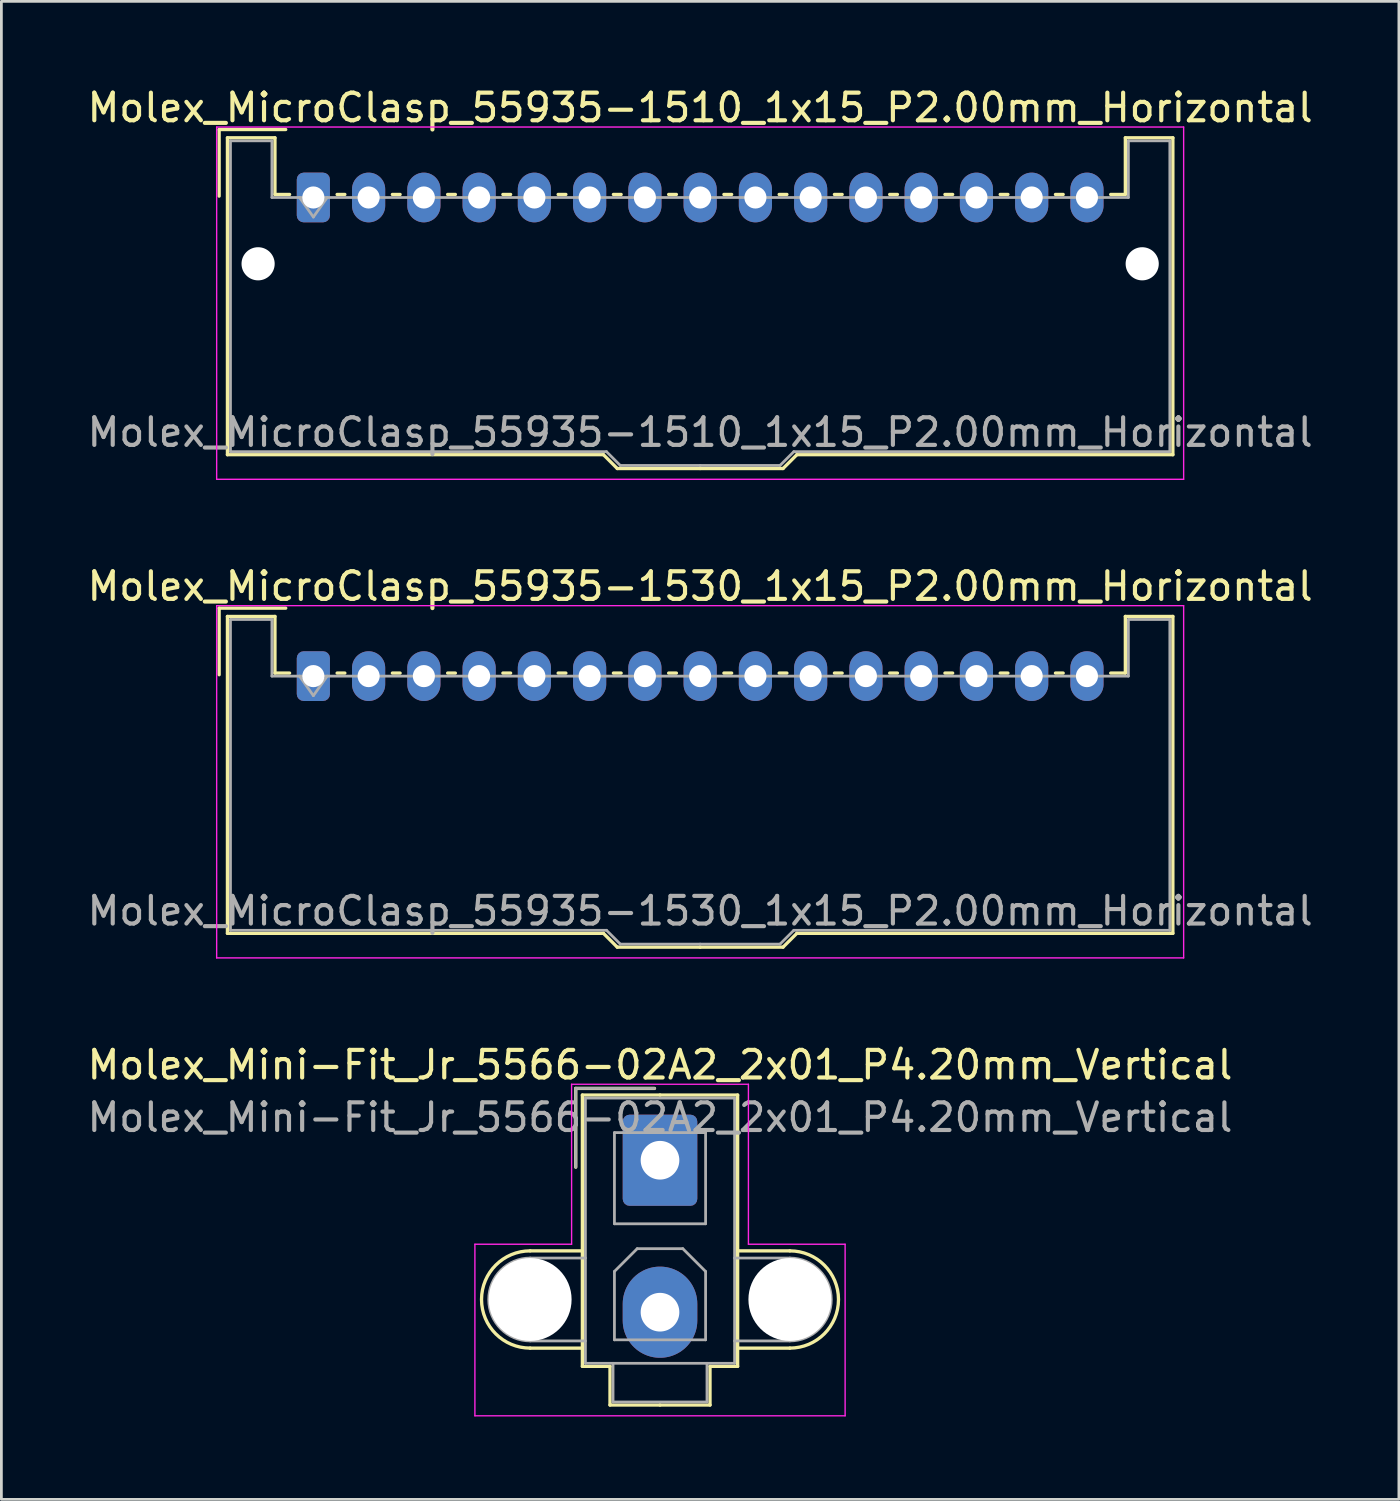
<source format=kicad_pcb>
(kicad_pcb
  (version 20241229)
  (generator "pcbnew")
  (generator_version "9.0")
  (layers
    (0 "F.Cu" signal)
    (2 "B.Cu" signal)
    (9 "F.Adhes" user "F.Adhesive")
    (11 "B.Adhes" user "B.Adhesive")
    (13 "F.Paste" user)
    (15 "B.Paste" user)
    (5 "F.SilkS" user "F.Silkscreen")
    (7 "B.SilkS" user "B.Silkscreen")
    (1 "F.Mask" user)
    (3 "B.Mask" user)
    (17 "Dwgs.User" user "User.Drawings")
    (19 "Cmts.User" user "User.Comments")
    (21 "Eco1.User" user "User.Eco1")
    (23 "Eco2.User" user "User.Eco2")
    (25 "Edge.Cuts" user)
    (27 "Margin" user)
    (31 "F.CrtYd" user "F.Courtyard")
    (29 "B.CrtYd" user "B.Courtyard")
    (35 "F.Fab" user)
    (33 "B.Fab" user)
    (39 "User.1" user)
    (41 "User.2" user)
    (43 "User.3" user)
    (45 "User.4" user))
  (footprint "Molex_MicroClasp_55935-1530_1x15_P2.00mm_Horizontal"
    (layer "F.Cu")
    (at 8.292 21.422)
    (property "Reference" "Molex_MicroClasp_55935-1530_1x15_P2.00mm_Horizontal" (at 14 -3.25 0) (layer "F.SilkS") (effects (font (size 1 1) (thickness 0.15))))
    (attr through_hole)
    (fp_line (start -3.41 -2.46) (end -1 -2.46) (stroke (width 0.12) (type solid)) (layer "F.SilkS"))
    (fp_line (start -3.41 -0.05) (end -3.41 -2.46) (stroke (width 0.12) (type solid)) (layer "F.SilkS"))
    (fp_line (start -3.11 -2.16) (end -1.39 -2.16) (stroke (width 0.12) (type solid)) (layer "F.SilkS"))
    (fp_line (start -3.11 9.31) (end -3.11 -2.16) (stroke (width 0.12) (type solid)) (layer "F.SilkS"))
    (fp_line (start -1.39 -2.16) (end -1.39 -0.11) (stroke (width 0.12) (type solid)) (layer "F.SilkS"))
    (fp_line (start -1.39 -0.11) (end -0.86 -0.11) (stroke (width 0.12) (type solid)) (layer "F.SilkS"))
    (fp_line (start 0.86 -0.11) (end 1.14 -0.11) (stroke (width 0.12) (type solid)) (layer "F.SilkS"))
    (fp_line (start 2.86 -0.11) (end 3.14 -0.11) (stroke (width 0.12) (type solid)) (layer "F.SilkS"))
    (fp_line (start 4.86 -0.11) (end 5.14 -0.11) (stroke (width 0.12) (type solid)) (layer "F.SilkS"))
    (fp_line (start 6.86 -0.11) (end 7.14 -0.11) (stroke (width 0.12) (type solid)) (layer "F.SilkS"))
    (fp_line (start 8.86 -0.11) (end 9.14 -0.11) (stroke (width 0.12) (type solid)) (layer "F.SilkS"))
    (fp_line (start 10.5 9.31) (end -3.11 9.31) (stroke (width 0.12) (type solid)) (layer "F.SilkS"))
    (fp_line (start 10.86 -0.11) (end 11.14 -0.11) (stroke (width 0.12) (type solid)) (layer "F.SilkS"))
    (fp_line (start 11 9.81) (end 10.5 9.31) (stroke (width 0.12) (type solid)) (layer "F.SilkS"))
    (fp_line (start 12.86 -0.11) (end 13.14 -0.11) (stroke (width 0.12) (type solid)) (layer "F.SilkS"))
    (fp_line (start 14 9.81) (end 11 9.81) (stroke (width 0.12) (type solid)) (layer "F.SilkS"))
    (fp_line (start 14 9.81) (end 17 9.81) (stroke (width 0.12) (type solid)) (layer "F.SilkS"))
    (fp_line (start 14.86 -0.11) (end 15.14 -0.11) (stroke (width 0.12) (type solid)) (layer "F.SilkS"))
    (fp_line (start 16.86 -0.11) (end 17.14 -0.11) (stroke (width 0.12) (type solid)) (layer "F.SilkS"))
    (fp_line (start 17 9.81) (end 17.5 9.31) (stroke (width 0.12) (type solid)) (layer "F.SilkS"))
    (fp_line (start 17.5 9.31) (end 31.11 9.31) (stroke (width 0.12) (type solid)) (layer "F.SilkS"))
    (fp_line (start 18.86 -0.11) (end 19.14 -0.11) (stroke (width 0.12) (type solid)) (layer "F.SilkS"))
    (fp_line (start 20.86 -0.11) (end 21.14 -0.11) (stroke (width 0.12) (type solid)) (layer "F.SilkS"))
    (fp_line (start 22.86 -0.11) (end 23.14 -0.11) (stroke (width 0.12) (type solid)) (layer "F.SilkS"))
    (fp_line (start 24.86 -0.11) (end 25.14 -0.11) (stroke (width 0.12) (type solid)) (layer "F.SilkS"))
    (fp_line (start 26.86 -0.11) (end 27.14 -0.11) (stroke (width 0.12) (type solid)) (layer "F.SilkS"))
    (fp_line (start 29.39 -2.16) (end 29.39 -0.11) (stroke (width 0.12) (type solid)) (layer "F.SilkS"))
    (fp_line (start 29.39 -0.11) (end 28.86 -0.11) (stroke (width 0.12) (type solid)) (layer "F.SilkS"))
    (fp_line (start 31.11 -2.16) (end 29.39 -2.16) (stroke (width 0.12) (type solid)) (layer "F.SilkS"))
    (fp_line (start 31.11 9.31) (end 31.11 -2.16) (stroke (width 0.12) (type solid)) (layer "F.SilkS"))
    (fp_line (start -3.5 -2.55) (end -3.5 10.2) (stroke (width 0.05) (type solid)) (layer "F.CrtYd"))
    (fp_line (start -3.5 10.2) (end 31.5 10.2) (stroke (width 0.05) (type solid)) (layer "F.CrtYd"))
    (fp_line (start 31.5 -2.55) (end -3.5 -2.55) (stroke (width 0.05) (type solid)) (layer "F.CrtYd"))
    (fp_line (start 31.5 10.2) (end 31.5 -2.55) (stroke (width 0.05) (type solid)) (layer "F.CrtYd"))
    (fp_line (start -3 -2.05) (end -1.5 -2.05) (stroke (width 0.1) (type solid)) (layer "F.Fab"))
    (fp_line (start -3 9.2) (end -3 -2.05) (stroke (width 0.1) (type solid)) (layer "F.Fab"))
    (fp_line (start -1.5 -2.05) (end -1.5 0) (stroke (width 0.1) (type solid)) (layer "F.Fab"))
    (fp_line (start -1.5 0) (end 14 0) (stroke (width 0.1) (type solid)) (layer "F.Fab"))
    (fp_line (start -0.5 0) (end 0 0.707) (stroke (width 0.1) (type solid)) (layer "F.Fab"))
    (fp_line (start 0 0.707) (end 0.5 0) (stroke (width 0.1) (type solid)) (layer "F.Fab"))
    (fp_line (start 10.61 9.2) (end -3 9.2) (stroke (width 0.1) (type solid)) (layer "F.Fab"))
    (fp_line (start 11.11 9.7) (end 10.61 9.2) (stroke (width 0.1) (type solid)) (layer "F.Fab"))
    (fp_line (start 14 9.7) (end 11.11 9.7) (stroke (width 0.1) (type solid)) (layer "F.Fab"))
    (fp_line (start 14 9.7) (end 16.89 9.7) (stroke (width 0.1) (type solid)) (layer "F.Fab"))
    (fp_line (start 16.89 9.7) (end 17.39 9.2) (stroke (width 0.1) (type solid)) (layer "F.Fab"))
    (fp_line (start 17.39 9.2) (end 31 9.2) (stroke (width 0.1) (type solid)) (layer "F.Fab"))
    (fp_line (start 29.5 -2.05) (end 29.5 0) (stroke (width 0.1) (type solid)) (layer "F.Fab"))
    (fp_line (start 29.5 0) (end 14 0) (stroke (width 0.1) (type solid)) (layer "F.Fab"))
    (fp_line (start 31 -2.05) (end 29.5 -2.05) (stroke (width 0.1) (type solid)) (layer "F.Fab"))
    (fp_line (start 31 9.2) (end 31 -2.05) (stroke (width 0.1) (type solid)) (layer "F.Fab"))
    (fp_text user "${REFERENCE}" (at 14 8.5 0) (layer "F.Fab") (effects (font (size 1 1) (thickness 0.15))))
    (pad "1" thru_hole roundrect (at 0 0) (size 1.2 1.8) (drill 0.8) (layers "*.Cu" "*.Mask") (roundrect_rratio 0.208))
    (pad "2" thru_hole oval (at 2 0) (size 1.2 1.8) (drill 0.8) (layers "*.Cu" "*.Mask"))
    (pad "3" thru_hole oval (at 4 0) (size 1.2 1.8) (drill 0.8) (layers "*.Cu" "*.Mask"))
    (pad "4" thru_hole oval (at 6 0) (size 1.2 1.8) (drill 0.8) (layers "*.Cu" "*.Mask"))
    (pad "5" thru_hole oval (at 8 0) (size 1.2 1.8) (drill 0.8) (layers "*.Cu" "*.Mask"))
    (pad "6" thru_hole oval (at 10 0) (size 1.2 1.8) (drill 0.8) (layers "*.Cu" "*.Mask"))
    (pad "7" thru_hole oval (at 12 0) (size 1.2 1.8) (drill 0.8) (layers "*.Cu" "*.Mask"))
    (pad "8" thru_hole oval (at 14 0) (size 1.2 1.8) (drill 0.8) (layers "*.Cu" "*.Mask"))
    (pad "9" thru_hole oval (at 16 0) (size 1.2 1.8) (drill 0.8) (layers "*.Cu" "*.Mask"))
    (pad "10" thru_hole oval (at 18 0) (size 1.2 1.8) (drill 0.8) (layers "*.Cu" "*.Mask"))
    (pad "11" thru_hole oval (at 20 0) (size 1.2 1.8) (drill 0.8) (layers "*.Cu" "*.Mask"))
    (pad "12" thru_hole oval (at 22 0) (size 1.2 1.8) (drill 0.8) (layers "*.Cu" "*.Mask"))
    (pad "13" thru_hole oval (at 24 0) (size 1.2 1.8) (drill 0.8) (layers "*.Cu" "*.Mask"))
    (pad "14" thru_hole oval (at 26 0) (size 1.2 1.8) (drill 0.8) (layers "*.Cu" "*.Mask"))
    (pad "15" thru_hole oval (at 28 0) (size 1.2 1.8) (drill 0.8) (layers "*.Cu" "*.Mask")))
  (footprint "Molex_MicroClasp_55935-1510_1x15_P2.00mm_Horizontal"
    (layer "F.Cu")
    (at 8.292 4.098)
    (property "Reference" "Molex_MicroClasp_55935-1510_1x15_P2.00mm_Horizontal" (at 14 -3.25 0) (layer "F.SilkS") (effects (font (size 1 1) (thickness 0.15))))
    (attr through_hole)
    (fp_line (start -3.41 -2.46) (end -1 -2.46) (stroke (width 0.12) (type solid)) (layer "F.SilkS"))
    (fp_line (start -3.41 -0.05) (end -3.41 -2.46) (stroke (width 0.12) (type solid)) (layer "F.SilkS"))
    (fp_line (start -3.11 -2.16) (end -1.39 -2.16) (stroke (width 0.12) (type solid)) (layer "F.SilkS"))
    (fp_line (start -3.11 9.31) (end -3.11 -2.16) (stroke (width 0.12) (type solid)) (layer "F.SilkS"))
    (fp_line (start -1.39 -2.16) (end -1.39 -0.11) (stroke (width 0.12) (type solid)) (layer "F.SilkS"))
    (fp_line (start -1.39 -0.11) (end -0.86 -0.11) (stroke (width 0.12) (type solid)) (layer "F.SilkS"))
    (fp_line (start 0.86 -0.11) (end 1.14 -0.11) (stroke (width 0.12) (type solid)) (layer "F.SilkS"))
    (fp_line (start 2.86 -0.11) (end 3.14 -0.11) (stroke (width 0.12) (type solid)) (layer "F.SilkS"))
    (fp_line (start 4.86 -0.11) (end 5.14 -0.11) (stroke (width 0.12) (type solid)) (layer "F.SilkS"))
    (fp_line (start 6.86 -0.11) (end 7.14 -0.11) (stroke (width 0.12) (type solid)) (layer "F.SilkS"))
    (fp_line (start 8.86 -0.11) (end 9.14 -0.11) (stroke (width 0.12) (type solid)) (layer "F.SilkS"))
    (fp_line (start 10.5 9.31) (end -3.11 9.31) (stroke (width 0.12) (type solid)) (layer "F.SilkS"))
    (fp_line (start 10.86 -0.11) (end 11.14 -0.11) (stroke (width 0.12) (type solid)) (layer "F.SilkS"))
    (fp_line (start 11 9.81) (end 10.5 9.31) (stroke (width 0.12) (type solid)) (layer "F.SilkS"))
    (fp_line (start 12.86 -0.11) (end 13.14 -0.11) (stroke (width 0.12) (type solid)) (layer "F.SilkS"))
    (fp_line (start 14 9.81) (end 11 9.81) (stroke (width 0.12) (type solid)) (layer "F.SilkS"))
    (fp_line (start 14 9.81) (end 17 9.81) (stroke (width 0.12) (type solid)) (layer "F.SilkS"))
    (fp_line (start 14.86 -0.11) (end 15.14 -0.11) (stroke (width 0.12) (type solid)) (layer "F.SilkS"))
    (fp_line (start 16.86 -0.11) (end 17.14 -0.11) (stroke (width 0.12) (type solid)) (layer "F.SilkS"))
    (fp_line (start 17 9.81) (end 17.5 9.31) (stroke (width 0.12) (type solid)) (layer "F.SilkS"))
    (fp_line (start 17.5 9.31) (end 31.11 9.31) (stroke (width 0.12) (type solid)) (layer "F.SilkS"))
    (fp_line (start 18.86 -0.11) (end 19.14 -0.11) (stroke (width 0.12) (type solid)) (layer "F.SilkS"))
    (fp_line (start 20.86 -0.11) (end 21.14 -0.11) (stroke (width 0.12) (type solid)) (layer "F.SilkS"))
    (fp_line (start 22.86 -0.11) (end 23.14 -0.11) (stroke (width 0.12) (type solid)) (layer "F.SilkS"))
    (fp_line (start 24.86 -0.11) (end 25.14 -0.11) (stroke (width 0.12) (type solid)) (layer "F.SilkS"))
    (fp_line (start 26.86 -0.11) (end 27.14 -0.11) (stroke (width 0.12) (type solid)) (layer "F.SilkS"))
    (fp_line (start 29.39 -2.16) (end 29.39 -0.11) (stroke (width 0.12) (type solid)) (layer "F.SilkS"))
    (fp_line (start 29.39 -0.11) (end 28.86 -0.11) (stroke (width 0.12) (type solid)) (layer "F.SilkS"))
    (fp_line (start 31.11 -2.16) (end 29.39 -2.16) (stroke (width 0.12) (type solid)) (layer "F.SilkS"))
    (fp_line (start 31.11 9.31) (end 31.11 -2.16) (stroke (width 0.12) (type solid)) (layer "F.SilkS"))
    (fp_line (start -3.5 -2.55) (end -3.5 10.2) (stroke (width 0.05) (type solid)) (layer "F.CrtYd"))
    (fp_line (start -3.5 10.2) (end 31.5 10.2) (stroke (width 0.05) (type solid)) (layer "F.CrtYd"))
    (fp_line (start 31.5 -2.55) (end -3.5 -2.55) (stroke (width 0.05) (type solid)) (layer "F.CrtYd"))
    (fp_line (start 31.5 10.2) (end 31.5 -2.55) (stroke (width 0.05) (type solid)) (layer "F.CrtYd"))
    (fp_line (start -3 -2.05) (end -1.5 -2.05) (stroke (width 0.1) (type solid)) (layer "F.Fab"))
    (fp_line (start -3 9.2) (end -3 -2.05) (stroke (width 0.1) (type solid)) (layer "F.Fab"))
    (fp_line (start -1.5 -2.05) (end -1.5 0) (stroke (width 0.1) (type solid)) (layer "F.Fab"))
    (fp_line (start -1.5 0) (end 14 0) (stroke (width 0.1) (type solid)) (layer "F.Fab"))
    (fp_line (start -0.5 0) (end 0 0.707) (stroke (width 0.1) (type solid)) (layer "F.Fab"))
    (fp_line (start 0 0.707) (end 0.5 0) (stroke (width 0.1) (type solid)) (layer "F.Fab"))
    (fp_line (start 10.61 9.2) (end -3 9.2) (stroke (width 0.1) (type solid)) (layer "F.Fab"))
    (fp_line (start 11.11 9.7) (end 10.61 9.2) (stroke (width 0.1) (type solid)) (layer "F.Fab"))
    (fp_line (start 14 9.7) (end 11.11 9.7) (stroke (width 0.1) (type solid)) (layer "F.Fab"))
    (fp_line (start 14 9.7) (end 16.89 9.7) (stroke (width 0.1) (type solid)) (layer "F.Fab"))
    (fp_line (start 16.89 9.7) (end 17.39 9.2) (stroke (width 0.1) (type solid)) (layer "F.Fab"))
    (fp_line (start 17.39 9.2) (end 31 9.2) (stroke (width 0.1) (type solid)) (layer "F.Fab"))
    (fp_line (start 29.5 -2.05) (end 29.5 0) (stroke (width 0.1) (type solid)) (layer "F.Fab"))
    (fp_line (start 29.5 0) (end 14 0) (stroke (width 0.1) (type solid)) (layer "F.Fab"))
    (fp_line (start 31 -2.05) (end 29.5 -2.05) (stroke (width 0.1) (type solid)) (layer "F.Fab"))
    (fp_line (start 31 9.2) (end 31 -2.05) (stroke (width 0.1) (type solid)) (layer "F.Fab"))
    (fp_text user "${REFERENCE}" (at 14 8.5 0) (layer "F.Fab") (effects (font (size 1 1) (thickness 0.15))))
    (pad "" np_thru_hole circle (at -2 2.4) (size 1.2 1.2) (drill 1.2) (layers "*.Cu" "*.Mask"))
    (pad "" np_thru_hole circle (at 30 2.4) (size 1.2 1.2) (drill 1.2) (layers "*.Cu" "*.Mask"))
    (pad "1" thru_hole roundrect (at 0 0) (size 1.2 1.8) (drill 0.8) (layers "*.Cu" "*.Mask") (roundrect_rratio 0.208))
    (pad "2" thru_hole oval (at 2 0) (size 1.2 1.8) (drill 0.8) (layers "*.Cu" "*.Mask"))
    (pad "3" thru_hole oval (at 4 0) (size 1.2 1.8) (drill 0.8) (layers "*.Cu" "*.Mask"))
    (pad "4" thru_hole oval (at 6 0) (size 1.2 1.8) (drill 0.8) (layers "*.Cu" "*.Mask"))
    (pad "5" thru_hole oval (at 8 0) (size 1.2 1.8) (drill 0.8) (layers "*.Cu" "*.Mask"))
    (pad "6" thru_hole oval (at 10 0) (size 1.2 1.8) (drill 0.8) (layers "*.Cu" "*.Mask"))
    (pad "7" thru_hole oval (at 12 0) (size 1.2 1.8) (drill 0.8) (layers "*.Cu" "*.Mask"))
    (pad "8" thru_hole oval (at 14 0) (size 1.2 1.8) (drill 0.8) (layers "*.Cu" "*.Mask"))
    (pad "9" thru_hole oval (at 16 0) (size 1.2 1.8) (drill 0.8) (layers "*.Cu" "*.Mask"))
    (pad "10" thru_hole oval (at 18 0) (size 1.2 1.8) (drill 0.8) (layers "*.Cu" "*.Mask"))
    (pad "11" thru_hole oval (at 20 0) (size 1.2 1.8) (drill 0.8) (layers "*.Cu" "*.Mask"))
    (pad "12" thru_hole oval (at 22 0) (size 1.2 1.8) (drill 0.8) (layers "*.Cu" "*.Mask"))
    (pad "13" thru_hole oval (at 24 0) (size 1.2 1.8) (drill 0.8) (layers "*.Cu" "*.Mask"))
    (pad "14" thru_hole oval (at 26 0) (size 1.2 1.8) (drill 0.8) (layers "*.Cu" "*.Mask"))
    (pad "15" thru_hole oval (at 28 0) (size 1.2 1.8) (drill 0.8) (layers "*.Cu" "*.Mask")))
  (footprint "Molex_Mini-Fit_Jr_5566-02A2_2x01_P4.20mm_Vertical"
    (layer "F.Cu")
    (at 20.839 38.945)
    (property "Reference" "Molex_Mini-Fit_Jr_5566-02A2_2x01_P4.20mm_Vertical" (at 0 -3.45 0) (layer "F.SilkS") (effects (font (size 1 1) (thickness 0.15))))
    (attr through_hole)
    (fp_line (start -4.7 3.28) (end -2.81 3.28) (stroke (width 0.12) (type solid)) (layer "F.SilkS"))
    (fp_line (start -4.7 6.8) (end -2.81 6.8) (stroke (width 0.12) (type solid)) (layer "F.SilkS"))
    (fp_line (start -3.05 -2.6) (end -3.05 0.25) (stroke (width 0.12) (type solid)) (layer "F.SilkS"))
    (fp_line (start -2.81 -2.36) (end -2.81 7.46) (stroke (width 0.12) (type solid)) (layer "F.SilkS"))
    (fp_line (start -2.81 7.46) (end -1.81 7.46) (stroke (width 0.12) (type solid)) (layer "F.SilkS"))
    (fp_line (start -1.81 7.46) (end -1.81 8.86) (stroke (width 0.12) (type solid)) (layer "F.SilkS"))
    (fp_line (start -1.81 8.86) (end 0 8.86) (stroke (width 0.12) (type solid)) (layer "F.SilkS"))
    (fp_line (start -0.2 -2.6) (end -3.05 -2.6) (stroke (width 0.12) (type solid)) (layer "F.SilkS"))
    (fp_line (start 0 -2.36) (end -2.81 -2.36) (stroke (width 0.12) (type solid)) (layer "F.SilkS"))
    (fp_line (start 0 -2.36) (end 2.81 -2.36) (stroke (width 0.12) (type solid)) (layer "F.SilkS"))
    (fp_line (start 1.81 7.46) (end 1.81 8.86) (stroke (width 0.12) (type solid)) (layer "F.SilkS"))
    (fp_line (start 1.81 8.86) (end 0 8.86) (stroke (width 0.12) (type solid)) (layer "F.SilkS"))
    (fp_line (start 2.81 -2.36) (end 2.81 7.46) (stroke (width 0.12) (type solid)) (layer "F.SilkS"))
    (fp_line (start 2.81 7.46) (end 1.81 7.46) (stroke (width 0.12) (type solid)) (layer "F.SilkS"))
    (fp_line (start 4.7 3.28) (end 2.81 3.28) (stroke (width 0.12) (type solid)) (layer "F.SilkS"))
    (fp_line (start 4.7 6.8) (end 2.81 6.8) (stroke (width 0.12) (type solid)) (layer "F.SilkS"))
    (fp_arc (start -4.7 6.8) (mid -6.46 5.04) (end -4.7 3.28) (stroke (width 0.12) (type solid)) (layer "F.SilkS"))
    (fp_arc (start 4.7 3.28) (mid 6.46 5.04) (end 4.7 6.8) (stroke (width 0.12) (type solid)) (layer "F.SilkS"))
    (fp_line (start -6.7 3.04) (end -6.7 9.25) (stroke (width 0.05) (type solid)) (layer "F.CrtYd"))
    (fp_line (start -6.7 9.25) (end 6.7 9.25) (stroke (width 0.05) (type solid)) (layer "F.CrtYd"))
    (fp_line (start -3.2 -2.75) (end -3.2 3.04) (stroke (width 0.05) (type solid)) (layer "F.CrtYd"))
    (fp_line (start -3.2 3.04) (end -6.7 3.04) (stroke (width 0.05) (type solid)) (layer "F.CrtYd"))
    (fp_line (start 3.2 -2.75) (end -3.2 -2.75) (stroke (width 0.05) (type solid)) (layer "F.CrtYd"))
    (fp_line (start 3.2 3.04) (end 3.2 -2.75) (stroke (width 0.05) (type solid)) (layer "F.CrtYd"))
    (fp_line (start 6.7 3.04) (end 3.2 3.04) (stroke (width 0.05) (type solid)) (layer "F.CrtYd"))
    (fp_line (start 6.7 9.25) (end 6.7 3.04) (stroke (width 0.05) (type solid)) (layer "F.CrtYd"))
    (fp_line (start -4.7 3.54) (end -2.7 3.54) (stroke (width 0.1) (type solid)) (layer "F.Fab"))
    (fp_line (start -4.7 6.54) (end -2.7 6.54) (stroke (width 0.1) (type solid)) (layer "F.Fab"))
    (fp_line (start -3.05 -2.6) (end -3.05 0.25) (stroke (width 0.1) (type solid)) (layer "F.Fab"))
    (fp_line (start -2.7 -2.25) (end -2.7 7.35) (stroke (width 0.1) (type solid)) (layer "F.Fab"))
    (fp_line (start -2.7 7.35) (end 2.7 7.35) (stroke (width 0.1) (type solid)) (layer "F.Fab"))
    (fp_line (start -1.7 7.35) (end -1.7 8.75) (stroke (width 0.1) (type solid)) (layer "F.Fab"))
    (fp_line (start -1.7 8.75) (end 1.7 8.75) (stroke (width 0.1) (type solid)) (layer "F.Fab"))
    (fp_line (start -1.65 -1) (end -1.65 2.3) (stroke (width 0.1) (type solid)) (layer "F.Fab"))
    (fp_line (start -1.65 2.3) (end 1.65 2.3) (stroke (width 0.1) (type solid)) (layer "F.Fab"))
    (fp_line (start -1.65 4.025) (end -0.825 3.2) (stroke (width 0.1) (type solid)) (layer "F.Fab"))
    (fp_line (start -1.65 6.5) (end -1.65 4.025) (stroke (width 0.1) (type solid)) (layer "F.Fab"))
    (fp_line (start -0.825 3.2) (end 0.825 3.2) (stroke (width 0.1) (type solid)) (layer "F.Fab"))
    (fp_line (start -0.2 -2.6) (end -3.05 -2.6) (stroke (width 0.1) (type solid)) (layer "F.Fab"))
    (fp_line (start 0.825 3.2) (end 1.65 4.025) (stroke (width 0.1) (type solid)) (layer "F.Fab"))
    (fp_line (start 1.65 -1) (end -1.65 -1) (stroke (width 0.1) (type solid)) (layer "F.Fab"))
    (fp_line (start 1.65 2.3) (end 1.65 -1) (stroke (width 0.1) (type solid)) (layer "F.Fab"))
    (fp_line (start 1.65 4.025) (end 1.65 6.5) (stroke (width 0.1) (type solid)) (layer "F.Fab"))
    (fp_line (start 1.65 6.5) (end -1.65 6.5) (stroke (width 0.1) (type solid)) (layer "F.Fab"))
    (fp_line (start 1.7 8.75) (end 1.7 7.35) (stroke (width 0.1) (type solid)) (layer "F.Fab"))
    (fp_line (start 2.7 -2.25) (end -2.7 -2.25) (stroke (width 0.1) (type solid)) (layer "F.Fab"))
    (fp_line (start 2.7 7.35) (end 2.7 -2.25) (stroke (width 0.1) (type solid)) (layer "F.Fab"))
    (fp_line (start 4.7 3.54) (end 2.7 3.54) (stroke (width 0.1) (type solid)) (layer "F.Fab"))
    (fp_line (start 4.7 6.54) (end 2.7 6.54) (stroke (width 0.1) (type solid)) (layer "F.Fab"))
    (fp_arc (start -4.7 6.54) (mid -6.2 5.04) (end -4.7 3.54) (stroke (width 0.1) (type solid)) (layer "F.Fab"))
    (fp_arc (start 4.7 3.54) (mid 6.2 5.04) (end 4.7 6.54) (stroke (width 0.1) (type solid)) (layer "F.Fab"))
    (fp_text user "${REFERENCE}" (at 0 -1.55 0) (layer "F.Fab") (effects (font (size 1 1) (thickness 0.15))))
    (pad "" np_thru_hole circle (at -4.7 5.04) (size 3 3) (drill 3) (layers "*.Cu" "*.Mask"))
    (pad "" np_thru_hole circle (at 4.7 5.04) (size 3 3) (drill 3) (layers "*.Cu" "*.Mask"))
    (pad "1" thru_hole roundrect (at 0 0) (size 2.7 3.3) (drill 1.4) (layers "*.Cu" "*.Mask") (roundrect_rratio 0.093))
    (pad "2" thru_hole oval (at 0 5.5) (size 2.7 3.3) (drill 1.4) (layers "*.Cu" "*.Mask")))
  (gr_rect
    (start -3 -3)
    (end 47.583 51.22)
    (stroke (width 0.1) (type default))
    (fill no)
    (layer "Edge.Cuts")))
</source>
